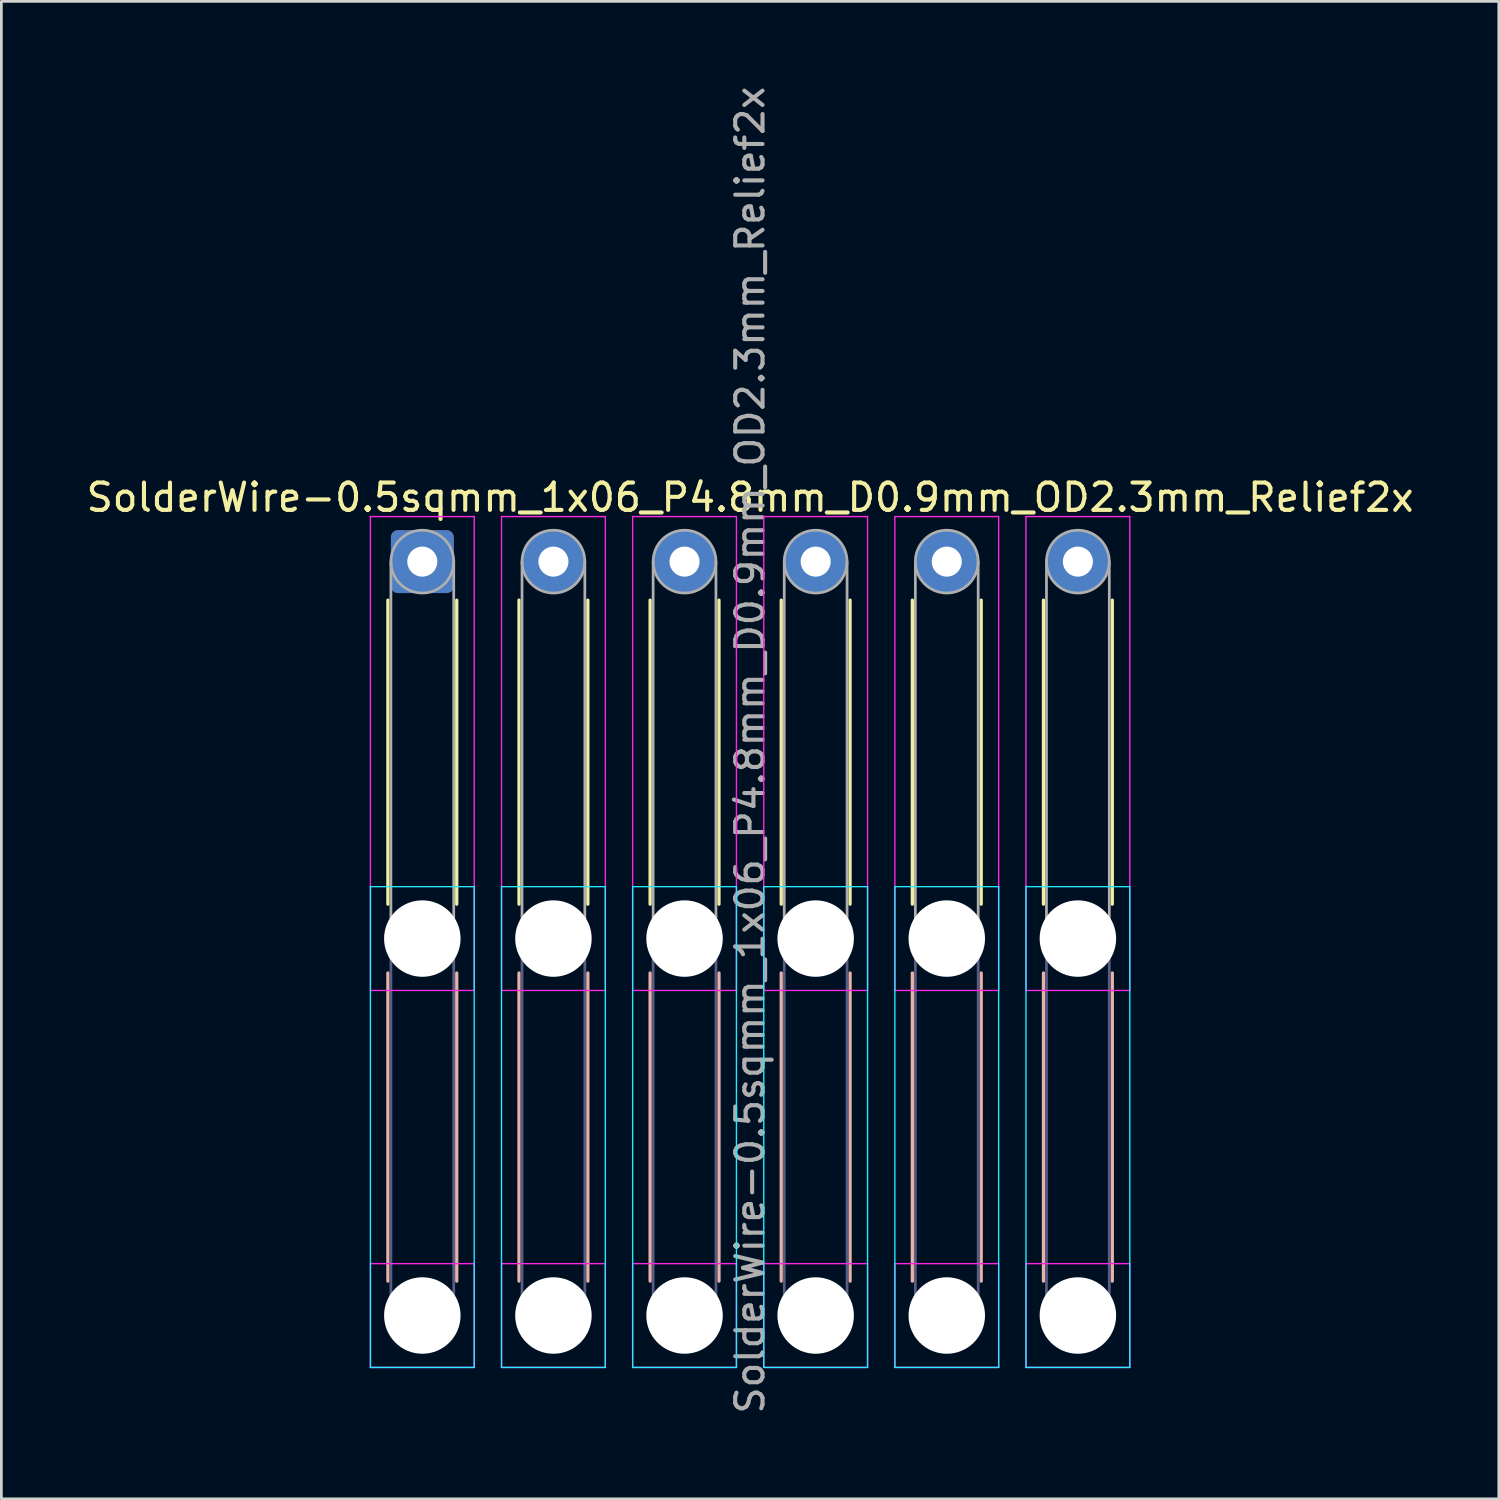
<source format=kicad_pcb>
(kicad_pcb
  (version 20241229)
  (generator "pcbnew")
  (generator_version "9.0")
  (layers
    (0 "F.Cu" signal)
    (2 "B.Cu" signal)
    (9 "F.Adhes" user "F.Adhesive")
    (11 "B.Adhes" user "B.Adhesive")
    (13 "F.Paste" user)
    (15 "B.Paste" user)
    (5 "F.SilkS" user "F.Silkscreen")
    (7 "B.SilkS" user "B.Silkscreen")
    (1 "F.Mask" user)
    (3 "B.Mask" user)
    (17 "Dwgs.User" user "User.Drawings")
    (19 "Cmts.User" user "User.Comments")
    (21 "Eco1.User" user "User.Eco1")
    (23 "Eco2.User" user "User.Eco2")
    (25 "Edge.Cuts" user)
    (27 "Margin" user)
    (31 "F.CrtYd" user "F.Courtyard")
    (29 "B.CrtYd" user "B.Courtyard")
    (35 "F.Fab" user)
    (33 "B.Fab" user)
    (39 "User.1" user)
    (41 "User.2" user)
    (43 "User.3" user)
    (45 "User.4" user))
  (footprint "SolderWire-0.5sqmm_1x06_P4.8mm_D0.9mm_OD2.3mm_Relief2x"
    (layer "F.Cu")
    (at 12.411 17.511)
    (property "Reference" "SolderWire-0.5sqmm_1x06_P4.8mm_D0.9mm_OD2.3mm_Relief2x" (at 12 -2.35 0) (layer "F.SilkS") (effects (font (size 1 1) (thickness 0.15))))
    (attr exclude_from_pos_files exclude_from_bom)
    (fp_line (start -1.26 1.41) (end -1.26 12.54) (stroke (width 0.12) (type solid)) (layer "F.SilkS"))
    (fp_line (start 1.26 1.41) (end 1.26 12.54) (stroke (width 0.12) (type solid)) (layer "F.SilkS"))
    (fp_line (start 3.54 1.41) (end 3.54 12.54) (stroke (width 0.12) (type solid)) (layer "F.SilkS"))
    (fp_line (start 6.06 1.41) (end 6.06 12.54) (stroke (width 0.12) (type solid)) (layer "F.SilkS"))
    (fp_line (start 8.34 1.41) (end 8.34 12.54) (stroke (width 0.12) (type solid)) (layer "F.SilkS"))
    (fp_line (start 10.86 1.41) (end 10.86 12.54) (stroke (width 0.12) (type solid)) (layer "F.SilkS"))
    (fp_line (start 13.14 1.41) (end 13.14 12.54) (stroke (width 0.12) (type solid)) (layer "F.SilkS"))
    (fp_line (start 15.66 1.41) (end 15.66 12.54) (stroke (width 0.12) (type solid)) (layer "F.SilkS"))
    (fp_line (start 17.94 1.41) (end 17.94 12.54) (stroke (width 0.12) (type solid)) (layer "F.SilkS"))
    (fp_line (start 20.46 1.41) (end 20.46 12.54) (stroke (width 0.12) (type solid)) (layer "F.SilkS"))
    (fp_line (start 22.74 1.41) (end 22.74 12.54) (stroke (width 0.12) (type solid)) (layer "F.SilkS"))
    (fp_line (start 25.26 1.41) (end 25.26 12.54) (stroke (width 0.12) (type solid)) (layer "F.SilkS"))
    (fp_line (start -1.26 15.06) (end -1.26 26.34) (stroke (width 0.12) (type solid)) (layer "B.SilkS"))
    (fp_line (start 1.26 15.06) (end 1.26 26.34) (stroke (width 0.12) (type solid)) (layer "B.SilkS"))
    (fp_line (start 3.54 15.06) (end 3.54 26.34) (stroke (width 0.12) (type solid)) (layer "B.SilkS"))
    (fp_line (start 6.06 15.06) (end 6.06 26.34) (stroke (width 0.12) (type solid)) (layer "B.SilkS"))
    (fp_line (start 8.34 15.06) (end 8.34 26.34) (stroke (width 0.12) (type solid)) (layer "B.SilkS"))
    (fp_line (start 10.86 15.06) (end 10.86 26.34) (stroke (width 0.12) (type solid)) (layer "B.SilkS"))
    (fp_line (start 13.14 15.06) (end 13.14 26.34) (stroke (width 0.12) (type solid)) (layer "B.SilkS"))
    (fp_line (start 15.66 15.06) (end 15.66 26.34) (stroke (width 0.12) (type solid)) (layer "B.SilkS"))
    (fp_line (start 17.94 15.06) (end 17.94 26.34) (stroke (width 0.12) (type solid)) (layer "B.SilkS"))
    (fp_line (start 20.46 15.06) (end 20.46 26.34) (stroke (width 0.12) (type solid)) (layer "B.SilkS"))
    (fp_line (start 22.74 15.06) (end 22.74 26.34) (stroke (width 0.12) (type solid)) (layer "B.SilkS"))
    (fp_line (start 25.26 15.06) (end 25.26 26.34) (stroke (width 0.12) (type solid)) (layer "B.SilkS"))
    (fp_line (start -1.9 11.9) (end -1.9 29.5) (stroke (width 0.05) (type solid)) (layer "B.CrtYd"))
    (fp_line (start -1.9 29.5) (end 1.9 29.5) (stroke (width 0.05) (type solid)) (layer "B.CrtYd"))
    (fp_line (start 1.9 11.9) (end -1.9 11.9) (stroke (width 0.05) (type solid)) (layer "B.CrtYd"))
    (fp_line (start 1.9 29.5) (end 1.9 11.9) (stroke (width 0.05) (type solid)) (layer "B.CrtYd"))
    (fp_line (start 2.9 11.9) (end 2.9 29.5) (stroke (width 0.05) (type solid)) (layer "B.CrtYd"))
    (fp_line (start 2.9 29.5) (end 6.7 29.5) (stroke (width 0.05) (type solid)) (layer "B.CrtYd"))
    (fp_line (start 6.7 11.9) (end 2.9 11.9) (stroke (width 0.05) (type solid)) (layer "B.CrtYd"))
    (fp_line (start 6.7 29.5) (end 6.7 11.9) (stroke (width 0.05) (type solid)) (layer "B.CrtYd"))
    (fp_line (start 7.7 11.9) (end 7.7 29.5) (stroke (width 0.05) (type solid)) (layer "B.CrtYd"))
    (fp_line (start 7.7 29.5) (end 11.5 29.5) (stroke (width 0.05) (type solid)) (layer "B.CrtYd"))
    (fp_line (start 11.5 11.9) (end 7.7 11.9) (stroke (width 0.05) (type solid)) (layer "B.CrtYd"))
    (fp_line (start 11.5 29.5) (end 11.5 11.9) (stroke (width 0.05) (type solid)) (layer "B.CrtYd"))
    (fp_line (start 12.5 11.9) (end 12.5 29.5) (stroke (width 0.05) (type solid)) (layer "B.CrtYd"))
    (fp_line (start 12.5 29.5) (end 16.3 29.5) (stroke (width 0.05) (type solid)) (layer "B.CrtYd"))
    (fp_line (start 16.3 11.9) (end 12.5 11.9) (stroke (width 0.05) (type solid)) (layer "B.CrtYd"))
    (fp_line (start 16.3 29.5) (end 16.3 11.9) (stroke (width 0.05) (type solid)) (layer "B.CrtYd"))
    (fp_line (start 17.3 11.9) (end 17.3 29.5) (stroke (width 0.05) (type solid)) (layer "B.CrtYd"))
    (fp_line (start 17.3 29.5) (end 21.1 29.5) (stroke (width 0.05) (type solid)) (layer "B.CrtYd"))
    (fp_line (start 21.1 11.9) (end 17.3 11.9) (stroke (width 0.05) (type solid)) (layer "B.CrtYd"))
    (fp_line (start 21.1 29.5) (end 21.1 11.9) (stroke (width 0.05) (type solid)) (layer "B.CrtYd"))
    (fp_line (start 22.1 11.9) (end 22.1 29.5) (stroke (width 0.05) (type solid)) (layer "B.CrtYd"))
    (fp_line (start 22.1 29.5) (end 25.9 29.5) (stroke (width 0.05) (type solid)) (layer "B.CrtYd"))
    (fp_line (start 25.9 11.9) (end 22.1 11.9) (stroke (width 0.05) (type solid)) (layer "B.CrtYd"))
    (fp_line (start 25.9 29.5) (end 25.9 11.9) (stroke (width 0.05) (type solid)) (layer "B.CrtYd"))
    (fp_line (start -1.9 -1.65) (end -1.9 15.7) (stroke (width 0.05) (type solid)) (layer "F.CrtYd"))
    (fp_line (start -1.9 15.7) (end 1.9 15.7) (stroke (width 0.05) (type solid)) (layer "F.CrtYd"))
    (fp_line (start -1.9 25.7) (end -1.9 29.5) (stroke (width 0.05) (type solid)) (layer "F.CrtYd"))
    (fp_line (start -1.9 29.5) (end 1.9 29.5) (stroke (width 0.05) (type solid)) (layer "F.CrtYd"))
    (fp_line (start 1.9 -1.65) (end -1.9 -1.65) (stroke (width 0.05) (type solid)) (layer "F.CrtYd"))
    (fp_line (start 1.9 15.7) (end 1.9 -1.65) (stroke (width 0.05) (type solid)) (layer "F.CrtYd"))
    (fp_line (start 1.9 25.7) (end -1.9 25.7) (stroke (width 0.05) (type solid)) (layer "F.CrtYd"))
    (fp_line (start 1.9 29.5) (end 1.9 25.7) (stroke (width 0.05) (type solid)) (layer "F.CrtYd"))
    (fp_line (start 2.9 -1.65) (end 2.9 15.7) (stroke (width 0.05) (type solid)) (layer "F.CrtYd"))
    (fp_line (start 2.9 15.7) (end 6.7 15.7) (stroke (width 0.05) (type solid)) (layer "F.CrtYd"))
    (fp_line (start 2.9 25.7) (end 2.9 29.5) (stroke (width 0.05) (type solid)) (layer "F.CrtYd"))
    (fp_line (start 2.9 29.5) (end 6.7 29.5) (stroke (width 0.05) (type solid)) (layer "F.CrtYd"))
    (fp_line (start 6.7 -1.65) (end 2.9 -1.65) (stroke (width 0.05) (type solid)) (layer "F.CrtYd"))
    (fp_line (start 6.7 15.7) (end 6.7 -1.65) (stroke (width 0.05) (type solid)) (layer "F.CrtYd"))
    (fp_line (start 6.7 25.7) (end 2.9 25.7) (stroke (width 0.05) (type solid)) (layer "F.CrtYd"))
    (fp_line (start 6.7 29.5) (end 6.7 25.7) (stroke (width 0.05) (type solid)) (layer "F.CrtYd"))
    (fp_line (start 7.7 -1.65) (end 7.7 15.7) (stroke (width 0.05) (type solid)) (layer "F.CrtYd"))
    (fp_line (start 7.7 15.7) (end 11.5 15.7) (stroke (width 0.05) (type solid)) (layer "F.CrtYd"))
    (fp_line (start 7.7 25.7) (end 7.7 29.5) (stroke (width 0.05) (type solid)) (layer "F.CrtYd"))
    (fp_line (start 7.7 29.5) (end 11.5 29.5) (stroke (width 0.05) (type solid)) (layer "F.CrtYd"))
    (fp_line (start 11.5 -1.65) (end 7.7 -1.65) (stroke (width 0.05) (type solid)) (layer "F.CrtYd"))
    (fp_line (start 11.5 15.7) (end 11.5 -1.65) (stroke (width 0.05) (type solid)) (layer "F.CrtYd"))
    (fp_line (start 11.5 25.7) (end 7.7 25.7) (stroke (width 0.05) (type solid)) (layer "F.CrtYd"))
    (fp_line (start 11.5 29.5) (end 11.5 25.7) (stroke (width 0.05) (type solid)) (layer "F.CrtYd"))
    (fp_line (start 12.5 -1.65) (end 12.5 15.7) (stroke (width 0.05) (type solid)) (layer "F.CrtYd"))
    (fp_line (start 12.5 15.7) (end 16.3 15.7) (stroke (width 0.05) (type solid)) (layer "F.CrtYd"))
    (fp_line (start 12.5 25.7) (end 12.5 29.5) (stroke (width 0.05) (type solid)) (layer "F.CrtYd"))
    (fp_line (start 12.5 29.5) (end 16.3 29.5) (stroke (width 0.05) (type solid)) (layer "F.CrtYd"))
    (fp_line (start 16.3 -1.65) (end 12.5 -1.65) (stroke (width 0.05) (type solid)) (layer "F.CrtYd"))
    (fp_line (start 16.3 15.7) (end 16.3 -1.65) (stroke (width 0.05) (type solid)) (layer "F.CrtYd"))
    (fp_line (start 16.3 25.7) (end 12.5 25.7) (stroke (width 0.05) (type solid)) (layer "F.CrtYd"))
    (fp_line (start 16.3 29.5) (end 16.3 25.7) (stroke (width 0.05) (type solid)) (layer "F.CrtYd"))
    (fp_line (start 17.3 -1.65) (end 17.3 15.7) (stroke (width 0.05) (type solid)) (layer "F.CrtYd"))
    (fp_line (start 17.3 15.7) (end 21.1 15.7) (stroke (width 0.05) (type solid)) (layer "F.CrtYd"))
    (fp_line (start 17.3 25.7) (end 17.3 29.5) (stroke (width 0.05) (type solid)) (layer "F.CrtYd"))
    (fp_line (start 17.3 29.5) (end 21.1 29.5) (stroke (width 0.05) (type solid)) (layer "F.CrtYd"))
    (fp_line (start 21.1 -1.65) (end 17.3 -1.65) (stroke (width 0.05) (type solid)) (layer "F.CrtYd"))
    (fp_line (start 21.1 15.7) (end 21.1 -1.65) (stroke (width 0.05) (type solid)) (layer "F.CrtYd"))
    (fp_line (start 21.1 25.7) (end 17.3 25.7) (stroke (width 0.05) (type solid)) (layer "F.CrtYd"))
    (fp_line (start 21.1 29.5) (end 21.1 25.7) (stroke (width 0.05) (type solid)) (layer "F.CrtYd"))
    (fp_line (start 22.1 -1.65) (end 22.1 15.7) (stroke (width 0.05) (type solid)) (layer "F.CrtYd"))
    (fp_line (start 22.1 15.7) (end 25.9 15.7) (stroke (width 0.05) (type solid)) (layer "F.CrtYd"))
    (fp_line (start 22.1 25.7) (end 22.1 29.5) (stroke (width 0.05) (type solid)) (layer "F.CrtYd"))
    (fp_line (start 22.1 29.5) (end 25.9 29.5) (stroke (width 0.05) (type solid)) (layer "F.CrtYd"))
    (fp_line (start 25.9 -1.65) (end 22.1 -1.65) (stroke (width 0.05) (type solid)) (layer "F.CrtYd"))
    (fp_line (start 25.9 15.7) (end 25.9 -1.65) (stroke (width 0.05) (type solid)) (layer "F.CrtYd"))
    (fp_line (start 25.9 25.7) (end 22.1 25.7) (stroke (width 0.05) (type solid)) (layer "F.CrtYd"))
    (fp_line (start 25.9 29.5) (end 25.9 25.7) (stroke (width 0.05) (type solid)) (layer "F.CrtYd"))
    (fp_line (start -1.15 13.8) (end -1.15 27.6) (stroke (width 0.1) (type solid)) (layer "B.Fab"))
    (fp_line (start 1.15 13.8) (end 1.15 27.6) (stroke (width 0.1) (type solid)) (layer "B.Fab"))
    (fp_line (start 3.65 13.8) (end 3.65 27.6) (stroke (width 0.1) (type solid)) (layer "B.Fab"))
    (fp_line (start 5.95 13.8) (end 5.95 27.6) (stroke (width 0.1) (type solid)) (layer "B.Fab"))
    (fp_line (start 8.45 13.8) (end 8.45 27.6) (stroke (width 0.1) (type solid)) (layer "B.Fab"))
    (fp_line (start 10.75 13.8) (end 10.75 27.6) (stroke (width 0.1) (type solid)) (layer "B.Fab"))
    (fp_line (start 13.25 13.8) (end 13.25 27.6) (stroke (width 0.1) (type solid)) (layer "B.Fab"))
    (fp_line (start 15.55 13.8) (end 15.55 27.6) (stroke (width 0.1) (type solid)) (layer "B.Fab"))
    (fp_line (start 18.05 13.8) (end 18.05 27.6) (stroke (width 0.1) (type solid)) (layer "B.Fab"))
    (fp_line (start 20.35 13.8) (end 20.35 27.6) (stroke (width 0.1) (type solid)) (layer "B.Fab"))
    (fp_line (start 22.85 13.8) (end 22.85 27.6) (stroke (width 0.1) (type solid)) (layer "B.Fab"))
    (fp_line (start 25.15 13.8) (end 25.15 27.6) (stroke (width 0.1) (type solid)) (layer "B.Fab"))
    (fp_circle (center 0 13.8) (end 1.15 13.8) (stroke (width 0.1) (type solid)) (fill no) (layer "B.Fab"))
    (fp_circle (center 0 27.6) (end 1.15 27.6) (stroke (width 0.1) (type solid)) (fill no) (layer "B.Fab"))
    (fp_circle (center 4.8 13.8) (end 5.95 13.8) (stroke (width 0.1) (type solid)) (fill no) (layer "B.Fab"))
    (fp_circle (center 4.8 27.6) (end 5.95 27.6) (stroke (width 0.1) (type solid)) (fill no) (layer "B.Fab"))
    (fp_circle (center 9.6 13.8) (end 10.75 13.8) (stroke (width 0.1) (type solid)) (fill no) (layer "B.Fab"))
    (fp_circle (center 9.6 27.6) (end 10.75 27.6) (stroke (width 0.1) (type solid)) (fill no) (layer "B.Fab"))
    (fp_circle (center 14.4 13.8) (end 15.55 13.8) (stroke (width 0.1) (type solid)) (fill no) (layer "B.Fab"))
    (fp_circle (center 14.4 27.6) (end 15.55 27.6) (stroke (width 0.1) (type solid)) (fill no) (layer "B.Fab"))
    (fp_circle (center 19.2 13.8) (end 20.35 13.8) (stroke (width 0.1) (type solid)) (fill no) (layer "B.Fab"))
    (fp_circle (center 19.2 27.6) (end 20.35 27.6) (stroke (width 0.1) (type solid)) (fill no) (layer "B.Fab"))
    (fp_circle (center 24 13.8) (end 25.15 13.8) (stroke (width 0.1) (type solid)) (fill no) (layer "B.Fab"))
    (fp_circle (center 24 27.6) (end 25.15 27.6) (stroke (width 0.1) (type solid)) (fill no) (layer "B.Fab"))
    (fp_line (start -1.15 0) (end -1.15 13.8) (stroke (width 0.1) (type solid)) (layer "F.Fab"))
    (fp_line (start 1.15 0) (end 1.15 13.8) (stroke (width 0.1) (type solid)) (layer "F.Fab"))
    (fp_line (start 3.65 0) (end 3.65 13.8) (stroke (width 0.1) (type solid)) (layer "F.Fab"))
    (fp_line (start 5.95 0) (end 5.95 13.8) (stroke (width 0.1) (type solid)) (layer "F.Fab"))
    (fp_line (start 8.45 0) (end 8.45 13.8) (stroke (width 0.1) (type solid)) (layer "F.Fab"))
    (fp_line (start 10.75 0) (end 10.75 13.8) (stroke (width 0.1) (type solid)) (layer "F.Fab"))
    (fp_line (start 13.25 0) (end 13.25 13.8) (stroke (width 0.1) (type solid)) (layer "F.Fab"))
    (fp_line (start 15.55 0) (end 15.55 13.8) (stroke (width 0.1) (type solid)) (layer "F.Fab"))
    (fp_line (start 18.05 0) (end 18.05 13.8) (stroke (width 0.1) (type solid)) (layer "F.Fab"))
    (fp_line (start 20.35 0) (end 20.35 13.8) (stroke (width 0.1) (type solid)) (layer "F.Fab"))
    (fp_line (start 22.85 0) (end 22.85 13.8) (stroke (width 0.1) (type solid)) (layer "F.Fab"))
    (fp_line (start 25.15 0) (end 25.15 13.8) (stroke (width 0.1) (type solid)) (layer "F.Fab"))
    (fp_circle (center 0 0) (end 1.15 0) (stroke (width 0.1) (type solid)) (fill no) (layer "F.Fab"))
    (fp_circle (center 0 13.8) (end 1.15 13.8) (stroke (width 0.1) (type solid)) (fill no) (layer "F.Fab"))
    (fp_circle (center 0 27.6) (end 1.15 27.6) (stroke (width 0.1) (type solid)) (fill no) (layer "F.Fab"))
    (fp_circle (center 4.8 0) (end 5.95 0) (stroke (width 0.1) (type solid)) (fill no) (layer "F.Fab"))
    (fp_circle (center 4.8 13.8) (end 5.95 13.8) (stroke (width 0.1) (type solid)) (fill no) (layer "F.Fab"))
    (fp_circle (center 4.8 27.6) (end 5.95 27.6) (stroke (width 0.1) (type solid)) (fill no) (layer "F.Fab"))
    (fp_circle (center 9.6 0) (end 10.75 0) (stroke (width 0.1) (type solid)) (fill no) (layer "F.Fab"))
    (fp_circle (center 9.6 13.8) (end 10.75 13.8) (stroke (width 0.1) (type solid)) (fill no) (layer "F.Fab"))
    (fp_circle (center 9.6 27.6) (end 10.75 27.6) (stroke (width 0.1) (type solid)) (fill no) (layer "F.Fab"))
    (fp_circle (center 14.4 0) (end 15.55 0) (stroke (width 0.1) (type solid)) (fill no) (layer "F.Fab"))
    (fp_circle (center 14.4 13.8) (end 15.55 13.8) (stroke (width 0.1) (type solid)) (fill no) (layer "F.Fab"))
    (fp_circle (center 14.4 27.6) (end 15.55 27.6) (stroke (width 0.1) (type solid)) (fill no) (layer "F.Fab"))
    (fp_circle (center 19.2 0) (end 20.35 0) (stroke (width 0.1) (type solid)) (fill no) (layer "F.Fab"))
    (fp_circle (center 19.2 13.8) (end 20.35 13.8) (stroke (width 0.1) (type solid)) (fill no) (layer "F.Fab"))
    (fp_circle (center 19.2 27.6) (end 20.35 27.6) (stroke (width 0.1) (type solid)) (fill no) (layer "F.Fab"))
    (fp_circle (center 24 0) (end 25.15 0) (stroke (width 0.1) (type solid)) (fill no) (layer "F.Fab"))
    (fp_circle (center 24 13.8) (end 25.15 13.8) (stroke (width 0.1) (type solid)) (fill no) (layer "F.Fab"))
    (fp_circle (center 24 27.6) (end 25.15 27.6) (stroke (width 0.1) (type solid)) (fill no) (layer "F.Fab"))
    (fp_text user "${REFERENCE}" (at 12 6.9 90) (layer "F.Fab") (effects (font (size 1 1) (thickness 0.15))))
    (pad "" np_thru_hole circle (at 0 13.8) (size 2.8 2.8) (drill 2.8) (layers "*.Cu" "*.Mask"))
    (pad "" np_thru_hole circle (at 0 27.6) (size 2.8 2.8) (drill 2.8) (layers "*.Cu" "*.Mask"))
    (pad "" np_thru_hole circle (at 4.8 13.8) (size 2.8 2.8) (drill 2.8) (layers "*.Cu" "*.Mask"))
    (pad "" np_thru_hole circle (at 4.8 27.6) (size 2.8 2.8) (drill 2.8) (layers "*.Cu" "*.Mask"))
    (pad "" np_thru_hole circle (at 9.6 13.8) (size 2.8 2.8) (drill 2.8) (layers "*.Cu" "*.Mask"))
    (pad "" np_thru_hole circle (at 9.6 27.6) (size 2.8 2.8) (drill 2.8) (layers "*.Cu" "*.Mask"))
    (pad "" np_thru_hole circle (at 14.4 13.8) (size 2.8 2.8) (drill 2.8) (layers "*.Cu" "*.Mask"))
    (pad "" np_thru_hole circle (at 14.4 27.6) (size 2.8 2.8) (drill 2.8) (layers "*.Cu" "*.Mask"))
    (pad "" np_thru_hole circle (at 19.2 13.8) (size 2.8 2.8) (drill 2.8) (layers "*.Cu" "*.Mask"))
    (pad "" np_thru_hole circle (at 19.2 27.6) (size 2.8 2.8) (drill 2.8) (layers "*.Cu" "*.Mask"))
    (pad "" np_thru_hole circle (at 24 13.8) (size 2.8 2.8) (drill 2.8) (layers "*.Cu" "*.Mask"))
    (pad "" np_thru_hole circle (at 24 27.6) (size 2.8 2.8) (drill 2.8) (layers "*.Cu" "*.Mask"))
    (pad "1" thru_hole roundrect (at 0 0) (size 2.3 2.3) (drill 1.1) (layers "*.Cu" "*.Mask") (roundrect_rratio 0.109))
    (pad "2" thru_hole circle (at 4.8 0) (size 2.3 2.3) (drill 1.1) (layers "*.Cu" "*.Mask"))
    (pad "3" thru_hole circle (at 9.6 0) (size 2.3 2.3) (drill 1.1) (layers "*.Cu" "*.Mask"))
    (pad "4" thru_hole circle (at 14.4 0) (size 2.3 2.3) (drill 1.1) (layers "*.Cu" "*.Mask"))
    (pad "5" thru_hole circle (at 19.2 0) (size 2.3 2.3) (drill 1.1) (layers "*.Cu" "*.Mask"))
    (pad "6" thru_hole circle (at 24 0) (size 2.3 2.3) (drill 1.1) (layers "*.Cu" "*.Mask")))
  (gr_rect
    (start -3 -3)
    (end 51.821 51.821)
    (stroke (width 0.1) (type default))
    (fill no)
    (layer "Edge.Cuts")))
</source>
